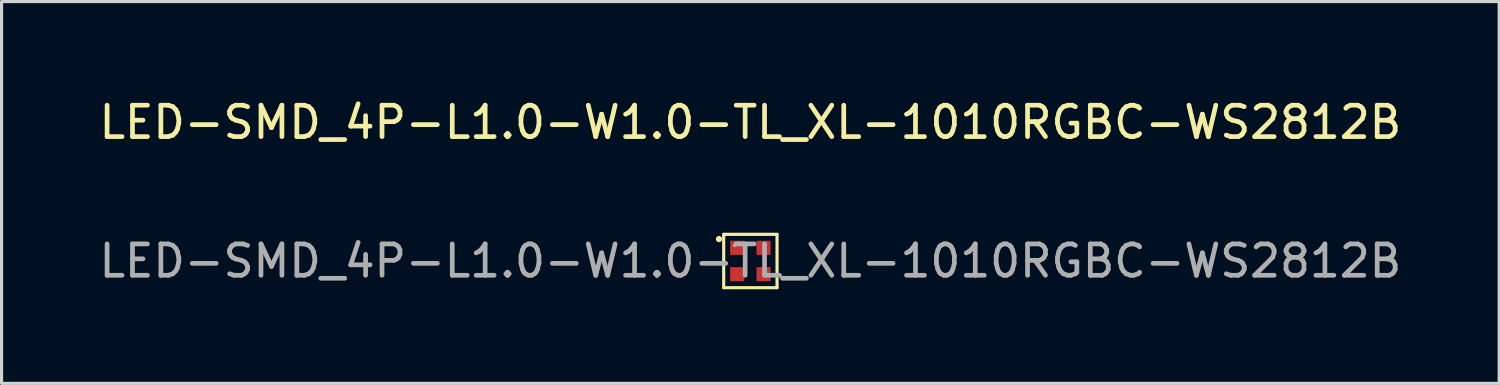
<source format=kicad_pcb>
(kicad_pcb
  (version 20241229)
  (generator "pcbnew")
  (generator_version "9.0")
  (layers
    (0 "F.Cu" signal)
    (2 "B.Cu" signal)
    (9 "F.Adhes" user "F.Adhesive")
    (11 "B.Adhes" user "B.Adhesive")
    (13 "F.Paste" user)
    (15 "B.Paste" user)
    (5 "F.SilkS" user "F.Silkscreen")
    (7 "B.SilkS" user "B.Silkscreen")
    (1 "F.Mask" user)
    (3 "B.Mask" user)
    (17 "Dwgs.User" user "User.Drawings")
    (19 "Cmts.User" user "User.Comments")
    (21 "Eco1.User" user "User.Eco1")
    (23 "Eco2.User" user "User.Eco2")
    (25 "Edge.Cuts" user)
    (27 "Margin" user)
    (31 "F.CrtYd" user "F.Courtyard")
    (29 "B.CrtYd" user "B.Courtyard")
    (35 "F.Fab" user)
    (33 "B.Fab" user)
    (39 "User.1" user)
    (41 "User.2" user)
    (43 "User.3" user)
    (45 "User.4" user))
  (footprint "LED-SMD_4P-L1.0-W1.0-TL_XL-1010RGBC-WS2812B"
    (layer "F.Cu")
    (at 20.863 5.268)
    (property "Reference" "LED-SMD_4P-L1.0-W1.0-TL_XL-1010RGBC-WS2812B" (at 0 -4.42 0) (layer "F.SilkS") (effects (font (size 1 1) (thickness 0.15))))
    (attr smd)
    (fp_line (start -0.85 -0.85) (end -0.85 0.85) (stroke (width 0.1) (type solid)) (layer "F.SilkS"))
    (fp_line (start -0.85 0.85) (end 0.85 0.85) (stroke (width 0.1) (type solid)) (layer "F.SilkS"))
    (fp_line (start 0.85 -0.85) (end -0.85 -0.85) (stroke (width 0.1) (type solid)) (layer "F.SilkS"))
    (fp_line (start 0.85 0.85) (end 0.85 -0.85) (stroke (width 0.1) (type solid)) (layer "F.SilkS"))
    (fp_circle (center -1 -0.7) (end -0.95 -0.7) (stroke (width 0.1) (type solid)) (fill no) (layer "F.SilkS"))
    (fp_circle (center -0.5 -0.5) (end -0.47 -0.5) (stroke (width 0.06) (type solid)) (fill no) (layer "F.Fab"))
    (fp_text user "${REFERENCE}" (at 0 0 0) (layer "F.Fab") (effects (font (size 1 1) (thickness 0.15))))
    (pad "1" smd rect (at -0.42 -0.42) (size 0.45 0.45) (layers "F.Cu" "F.Mask" "F.Paste"))
    (pad "2" smd rect (at 0.42 -0.42) (size 0.45 0.45) (layers "F.Cu" "F.Mask" "F.Paste"))
    (pad "3" smd rect (at -0.42 0.42) (size 0.45 0.45) (layers "F.Cu" "F.Mask" "F.Paste"))
    (pad "4" smd rect (at 0.42 0.42) (size 0.45 0.45) (layers "F.Cu" "F.Mask" "F.Paste")))
  (gr_rect
    (start -3 -3)
    (end 44.726 9.168)
    (stroke (width 0.1) (type default))
    (fill no)
    (layer "Edge.Cuts")))
</source>
